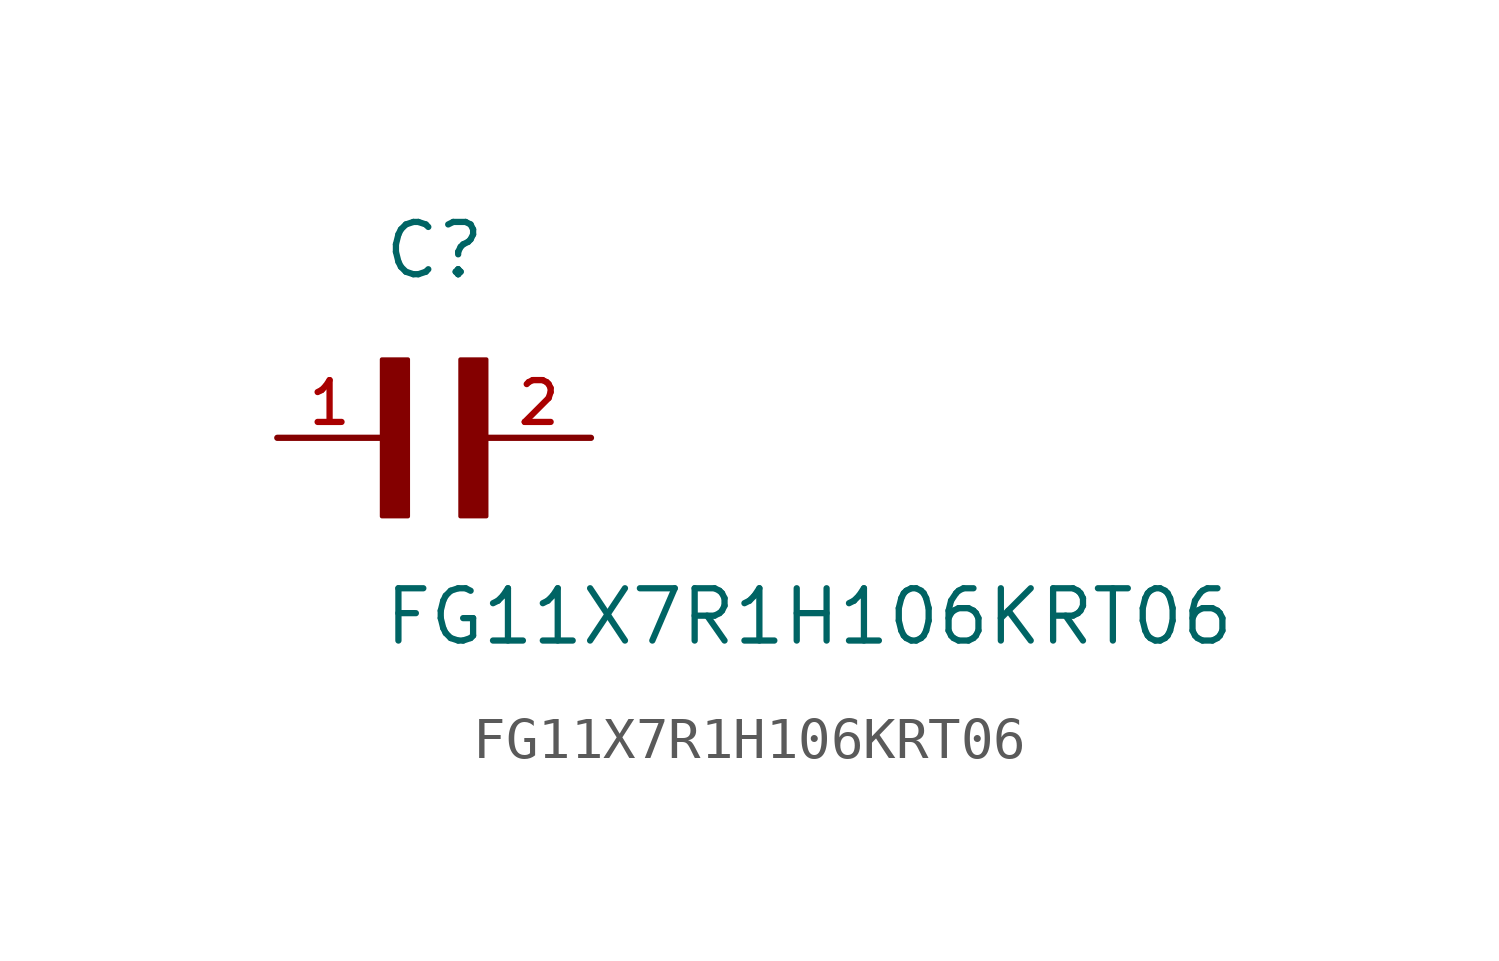
<source format=kicad_sym>
(kicad_symbol_lib
  (version 20211014)
  (generator kicad_symbol_editor)
  (symbol "FG11X7R1H106KRT06"
    (pin_names
      (offset 1.016))
    (property "Reference" "C"
      (at 0.0 3.811 0)
      (effects (font (size 1.27 1.27)) (justify bottom left)))
    (property "Value" "FG11X7R1H106KRT06"
      (at 0.0 -5.088 0)
      (effects (font (size 1.27 1.27)) (justify bottom left)))
    (symbol "FG11X7R1H106KRT06_0_0"
      (rectangle (start 0.0 -1.907) (end 0.635 1.905) (stroke (width 0.1)) (fill (type outline)))
      (rectangle (start 1.907 -1.907) (end 2.54 1.905) (stroke (width 0.1)) (fill (type outline)))
      (pin passive line (at -2.54 0.0 0) (length 2.54) (name "~" (effects (font (size 1.016 1.016)))) (number "1" (effects (font (size 1.016 1.016)))))
      (pin passive line (at 5.08 0.0 180.0) (length 2.54) (name "~" (effects (font (size 1.016 1.016)))) (number "2" (effects (font (size 1.016 1.016))))))))
</source>
